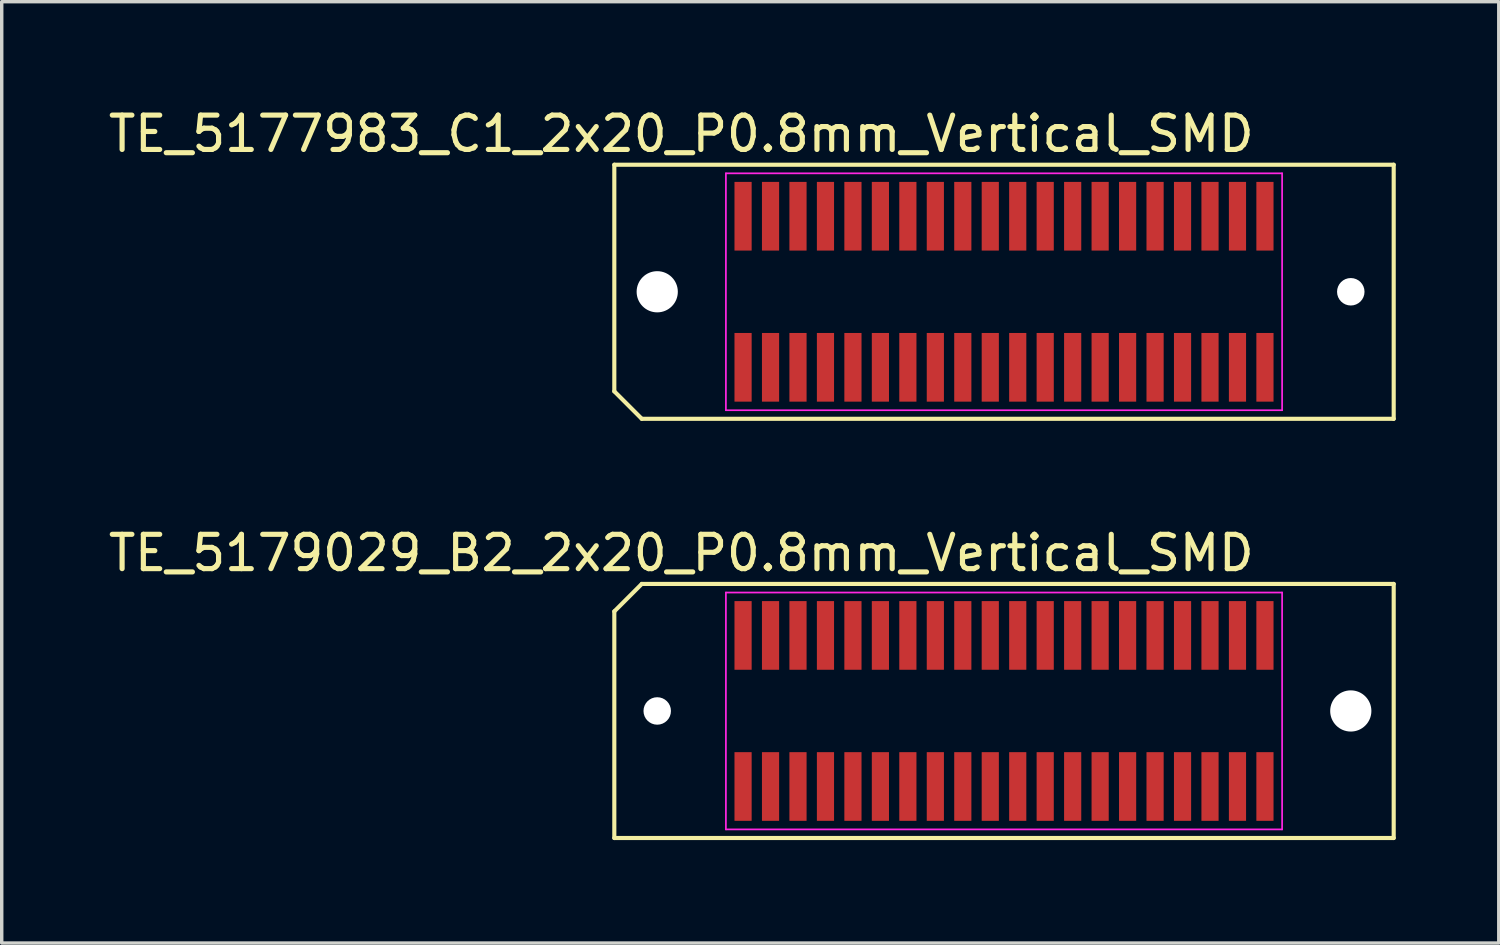
<source format=kicad_pcb>
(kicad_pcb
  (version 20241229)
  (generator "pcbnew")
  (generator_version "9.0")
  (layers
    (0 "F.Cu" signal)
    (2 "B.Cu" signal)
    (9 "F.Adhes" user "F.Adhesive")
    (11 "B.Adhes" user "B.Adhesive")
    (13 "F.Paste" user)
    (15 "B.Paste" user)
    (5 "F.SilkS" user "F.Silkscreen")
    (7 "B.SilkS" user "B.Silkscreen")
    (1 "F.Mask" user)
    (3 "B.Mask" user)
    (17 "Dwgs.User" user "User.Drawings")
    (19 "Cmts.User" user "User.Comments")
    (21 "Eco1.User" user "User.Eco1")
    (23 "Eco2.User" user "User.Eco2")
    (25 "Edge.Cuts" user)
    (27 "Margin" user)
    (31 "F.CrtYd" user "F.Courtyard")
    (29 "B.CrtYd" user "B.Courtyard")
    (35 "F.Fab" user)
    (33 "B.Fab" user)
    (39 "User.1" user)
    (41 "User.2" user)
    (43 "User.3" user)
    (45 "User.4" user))
  (footprint "TE_5177983_C1_2x20_P0.8mm_Vertical_SMD"
    (layer "F.Cu")
    (at 26.192 5.448)
    (property "Reference" "TE_5177983_C1_2x20_P0.8mm_Vertical_SMD" (at -9.4 -4.6 180) (layer "F.SilkS") (effects (font (size 1 1) (thickness 0.15))))
    (attr smd)
    (fp_line (start -11.35 -3.7) (end 11.35 -3.7) (stroke (width 0.12) (type solid)) (layer "F.SilkS"))
    (fp_line (start -11.35 2.9) (end -11.35 -3.7) (stroke (width 0.12) (type solid)) (layer "F.SilkS"))
    (fp_line (start -10.55 3.7) (end -11.35 2.9) (stroke (width 0.12) (type solid)) (layer "F.SilkS"))
    (fp_line (start 11.35 -3.7) (end 11.35 3.7) (stroke (width 0.12) (type solid)) (layer "F.SilkS"))
    (fp_line (start 11.35 3.7) (end -10.55 3.7) (stroke (width 0.12) (type solid)) (layer "F.SilkS"))
    (fp_line (start -8.1 -3.45) (end 8.1 -3.45) (stroke (width 0.05) (type solid)) (layer "F.CrtYd"))
    (fp_line (start -8.1 3.45) (end -8.1 -3.45) (stroke (width 0.05) (type solid)) (layer "F.CrtYd"))
    (fp_line (start 8.1 -3.45) (end 8.1 3.45) (stroke (width 0.05) (type solid)) (layer "F.CrtYd"))
    (fp_line (start 8.1 3.45) (end -8.1 3.45) (stroke (width 0.05) (type solid)) (layer "F.CrtYd"))
    (pad "" np_thru_hole circle (at -10.1 0) (size 1.2 1.2) (drill 1.2) (layers "*.Cu" "*.Mask"))
    (pad "" np_thru_hole circle (at 10.1 0) (size 0.8 0.8) (drill 0.8) (layers "*.Cu" "*.Mask"))
    (pad "1" smd rect (at -7.6 2.2) (size 0.5 2) (layers "F.Cu" "F.Mask" "F.Paste"))
    (pad "2" smd rect (at -7.6 -2.2) (size 0.5 2) (layers "F.Cu" "F.Mask" "F.Paste"))
    (pad "3" smd rect (at -6.8 2.2) (size 0.5 2) (layers "F.Cu" "F.Mask" "F.Paste"))
    (pad "4" smd rect (at -6.8 -2.2) (size 0.5 2) (layers "F.Cu" "F.Mask" "F.Paste"))
    (pad "5" smd rect (at -6 2.2) (size 0.5 2) (layers "F.Cu" "F.Mask" "F.Paste"))
    (pad "6" smd rect (at -6 -2.2) (size 0.5 2) (layers "F.Cu" "F.Mask" "F.Paste"))
    (pad "7" smd rect (at -5.2 2.2) (size 0.5 2) (layers "F.Cu" "F.Mask" "F.Paste"))
    (pad "8" smd rect (at -5.2 -2.2) (size 0.5 2) (layers "F.Cu" "F.Mask" "F.Paste"))
    (pad "9" smd rect (at -4.4 2.2) (size 0.5 2) (layers "F.Cu" "F.Mask" "F.Paste"))
    (pad "10" smd rect (at -4.4 -2.2) (size 0.5 2) (layers "F.Cu" "F.Mask" "F.Paste"))
    (pad "11" smd rect (at -3.6 2.2) (size 0.5 2) (layers "F.Cu" "F.Mask" "F.Paste"))
    (pad "12" smd rect (at -3.6 -2.2) (size 0.5 2) (layers "F.Cu" "F.Mask" "F.Paste"))
    (pad "13" smd rect (at -2.8 2.2) (size 0.5 2) (layers "F.Cu" "F.Mask" "F.Paste"))
    (pad "14" smd rect (at -2.8 -2.2) (size 0.5 2) (layers "F.Cu" "F.Mask" "F.Paste"))
    (pad "15" smd rect (at -2 2.2) (size 0.5 2) (layers "F.Cu" "F.Mask" "F.Paste"))
    (pad "16" smd rect (at -2 -2.2) (size 0.5 2) (layers "F.Cu" "F.Mask" "F.Paste"))
    (pad "17" smd rect (at -1.2 2.2) (size 0.5 2) (layers "F.Cu" "F.Mask" "F.Paste"))
    (pad "18" smd rect (at -1.2 -2.2) (size 0.5 2) (layers "F.Cu" "F.Mask" "F.Paste"))
    (pad "19" smd rect (at -0.4 2.2) (size 0.5 2) (layers "F.Cu" "F.Mask" "F.Paste"))
    (pad "20" smd rect (at -0.4 -2.2) (size 0.5 2) (layers "F.Cu" "F.Mask" "F.Paste"))
    (pad "21" smd rect (at 0.4 2.2) (size 0.5 2) (layers "F.Cu" "F.Mask" "F.Paste"))
    (pad "22" smd rect (at 0.4 -2.2) (size 0.5 2) (layers "F.Cu" "F.Mask" "F.Paste"))
    (pad "23" smd rect (at 1.2 2.2) (size 0.5 2) (layers "F.Cu" "F.Mask" "F.Paste"))
    (pad "24" smd rect (at 1.2 -2.2) (size 0.5 2) (layers "F.Cu" "F.Mask" "F.Paste"))
    (pad "25" smd rect (at 2 2.2) (size 0.5 2) (layers "F.Cu" "F.Mask" "F.Paste"))
    (pad "26" smd rect (at 2 -2.2) (size 0.5 2) (layers "F.Cu" "F.Mask" "F.Paste"))
    (pad "27" smd rect (at 2.8 2.2) (size 0.5 2) (layers "F.Cu" "F.Mask" "F.Paste"))
    (pad "28" smd rect (at 2.8 -2.2) (size 0.5 2) (layers "F.Cu" "F.Mask" "F.Paste"))
    (pad "29" smd rect (at 3.6 2.2) (size 0.5 2) (layers "F.Cu" "F.Mask" "F.Paste"))
    (pad "30" smd rect (at 3.6 -2.2) (size 0.5 2) (layers "F.Cu" "F.Mask" "F.Paste"))
    (pad "31" smd rect (at 4.4 2.2) (size 0.5 2) (layers "F.Cu" "F.Mask" "F.Paste"))
    (pad "32" smd rect (at 4.4 -2.2) (size 0.5 2) (layers "F.Cu" "F.Mask" "F.Paste"))
    (pad "33" smd rect (at 5.2 2.2) (size 0.5 2) (layers "F.Cu" "F.Mask" "F.Paste"))
    (pad "34" smd rect (at 5.2 -2.2) (size 0.5 2) (layers "F.Cu" "F.Mask" "F.Paste"))
    (pad "35" smd rect (at 6 2.2) (size 0.5 2) (layers "F.Cu" "F.Mask" "F.Paste"))
    (pad "36" smd rect (at 6 -2.2) (size 0.5 2) (layers "F.Cu" "F.Mask" "F.Paste"))
    (pad "37" smd rect (at 6.8 2.2) (size 0.5 2) (layers "F.Cu" "F.Mask" "F.Paste"))
    (pad "38" smd rect (at 6.8 -2.2) (size 0.5 2) (layers "F.Cu" "F.Mask" "F.Paste"))
    (pad "39" smd rect (at 7.6 2.2) (size 0.5 2) (layers "F.Cu" "F.Mask" "F.Paste"))
    (pad "40" smd rect (at 7.6 -2.2) (size 0.5 2) (layers "F.Cu" "F.Mask" "F.Paste")))
  (footprint "TE_5179029_B2_2x20_P0.8mm_Vertical_SMD"
    (layer "F.Cu")
    (at 26.192 17.657)
    (property "Reference" "TE_5179029_B2_2x20_P0.8mm_Vertical_SMD" (at -9.4 -4.6 180) (layer "F.SilkS") (effects (font (size 1 1) (thickness 0.15))))
    (attr smd)
    (fp_line (start -11.35 -2.9) (end -11.35 3.7) (stroke (width 0.12) (type solid)) (layer "F.SilkS"))
    (fp_line (start -11.35 3.7) (end 11.35 3.7) (stroke (width 0.12) (type solid)) (layer "F.SilkS"))
    (fp_line (start -10.55 -3.7) (end -11.35 -2.9) (stroke (width 0.12) (type solid)) (layer "F.SilkS"))
    (fp_line (start 11.35 -3.7) (end -10.55 -3.7) (stroke (width 0.12) (type solid)) (layer "F.SilkS"))
    (fp_line (start 11.35 3.7) (end 11.35 -3.7) (stroke (width 0.12) (type solid)) (layer "F.SilkS"))
    (fp_line (start -8.1 -3.45) (end 8.1 -3.45) (stroke (width 0.05) (type solid)) (layer "F.CrtYd"))
    (fp_line (start -8.1 3.45) (end -8.1 -3.45) (stroke (width 0.05) (type solid)) (layer "F.CrtYd"))
    (fp_line (start 8.1 -3.45) (end 8.1 3.45) (stroke (width 0.05) (type solid)) (layer "F.CrtYd"))
    (fp_line (start 8.1 3.45) (end -8.1 3.45) (stroke (width 0.05) (type solid)) (layer "F.CrtYd"))
    (pad "" np_thru_hole circle (at -10.1 0) (size 0.8 0.8) (drill 0.8) (layers "*.Cu" "*.Mask"))
    (pad "" np_thru_hole circle (at 10.1 0) (size 1.2 1.2) (drill 1.2) (layers "*.Cu" "*.Mask"))
    (pad "1" smd rect (at -7.6 -2.2) (size 0.5 2) (layers "F.Cu" "F.Mask" "F.Paste"))
    (pad "2" smd rect (at -7.6 2.2) (size 0.5 2) (layers "F.Cu" "F.Mask" "F.Paste"))
    (pad "3" smd rect (at -6.8 -2.2) (size 0.5 2) (layers "F.Cu" "F.Mask" "F.Paste"))
    (pad "4" smd rect (at -6.8 2.2) (size 0.5 2) (layers "F.Cu" "F.Mask" "F.Paste"))
    (pad "5" smd rect (at -6 -2.2) (size 0.5 2) (layers "F.Cu" "F.Mask" "F.Paste"))
    (pad "6" smd rect (at -6 2.2) (size 0.5 2) (layers "F.Cu" "F.Mask" "F.Paste"))
    (pad "7" smd rect (at -5.2 -2.2) (size 0.5 2) (layers "F.Cu" "F.Mask" "F.Paste"))
    (pad "8" smd rect (at -5.2 2.2) (size 0.5 2) (layers "F.Cu" "F.Mask" "F.Paste"))
    (pad "9" smd rect (at -4.4 -2.2) (size 0.5 2) (layers "F.Cu" "F.Mask" "F.Paste"))
    (pad "10" smd rect (at -4.4 2.2) (size 0.5 2) (layers "F.Cu" "F.Mask" "F.Paste"))
    (pad "11" smd rect (at -3.6 -2.2) (size 0.5 2) (layers "F.Cu" "F.Mask" "F.Paste"))
    (pad "12" smd rect (at -3.6 2.2) (size 0.5 2) (layers "F.Cu" "F.Mask" "F.Paste"))
    (pad "13" smd rect (at -2.8 -2.2) (size 0.5 2) (layers "F.Cu" "F.Mask" "F.Paste"))
    (pad "14" smd rect (at -2.8 2.2) (size 0.5 2) (layers "F.Cu" "F.Mask" "F.Paste"))
    (pad "15" smd rect (at -2 -2.2) (size 0.5 2) (layers "F.Cu" "F.Mask" "F.Paste"))
    (pad "16" smd rect (at -2 2.2) (size 0.5 2) (layers "F.Cu" "F.Mask" "F.Paste"))
    (pad "17" smd rect (at -1.2 -2.2) (size 0.5 2) (layers "F.Cu" "F.Mask" "F.Paste"))
    (pad "18" smd rect (at -1.2 2.2) (size 0.5 2) (layers "F.Cu" "F.Mask" "F.Paste"))
    (pad "19" smd rect (at -0.4 -2.2) (size 0.5 2) (layers "F.Cu" "F.Mask" "F.Paste"))
    (pad "20" smd rect (at -0.4 2.2) (size 0.5 2) (layers "F.Cu" "F.Mask" "F.Paste"))
    (pad "21" smd rect (at 0.4 -2.2) (size 0.5 2) (layers "F.Cu" "F.Mask" "F.Paste"))
    (pad "22" smd rect (at 0.4 2.2) (size 0.5 2) (layers "F.Cu" "F.Mask" "F.Paste"))
    (pad "23" smd rect (at 1.2 -2.2) (size 0.5 2) (layers "F.Cu" "F.Mask" "F.Paste"))
    (pad "24" smd rect (at 1.2 2.2) (size 0.5 2) (layers "F.Cu" "F.Mask" "F.Paste"))
    (pad "25" smd rect (at 2 -2.2) (size 0.5 2) (layers "F.Cu" "F.Mask" "F.Paste"))
    (pad "26" smd rect (at 2 2.2) (size 0.5 2) (layers "F.Cu" "F.Mask" "F.Paste"))
    (pad "27" smd rect (at 2.8 -2.2) (size 0.5 2) (layers "F.Cu" "F.Mask" "F.Paste"))
    (pad "28" smd rect (at 2.8 2.2) (size 0.5 2) (layers "F.Cu" "F.Mask" "F.Paste"))
    (pad "29" smd rect (at 3.6 -2.2) (size 0.5 2) (layers "F.Cu" "F.Mask" "F.Paste"))
    (pad "30" smd rect (at 3.6 2.2) (size 0.5 2) (layers "F.Cu" "F.Mask" "F.Paste"))
    (pad "31" smd rect (at 4.4 -2.2) (size 0.5 2) (layers "F.Cu" "F.Mask" "F.Paste"))
    (pad "32" smd rect (at 4.4 2.2) (size 0.5 2) (layers "F.Cu" "F.Mask" "F.Paste"))
    (pad "33" smd rect (at 5.2 -2.2) (size 0.5 2) (layers "F.Cu" "F.Mask" "F.Paste"))
    (pad "34" smd rect (at 5.2 2.2) (size 0.5 2) (layers "F.Cu" "F.Mask" "F.Paste"))
    (pad "35" smd rect (at 6 -2.2) (size 0.5 2) (layers "F.Cu" "F.Mask" "F.Paste"))
    (pad "36" smd rect (at 6 2.2) (size 0.5 2) (layers "F.Cu" "F.Mask" "F.Paste"))
    (pad "37" smd rect (at 6.8 -2.2) (size 0.5 2) (layers "F.Cu" "F.Mask" "F.Paste"))
    (pad "38" smd rect (at 6.8 2.2) (size 0.5 2) (layers "F.Cu" "F.Mask" "F.Paste"))
    (pad "39" smd rect (at 7.6 -2.2) (size 0.5 2) (layers "F.Cu" "F.Mask" "F.Paste"))
    (pad "40" smd rect (at 7.6 2.2) (size 0.5 2) (layers "F.Cu" "F.Mask" "F.Paste")))
  (gr_rect
    (start -3 -3)
    (end 40.602 24.416)
    (stroke (width 0.1) (type default))
    (fill no)
    (layer "Edge.Cuts")))
</source>
